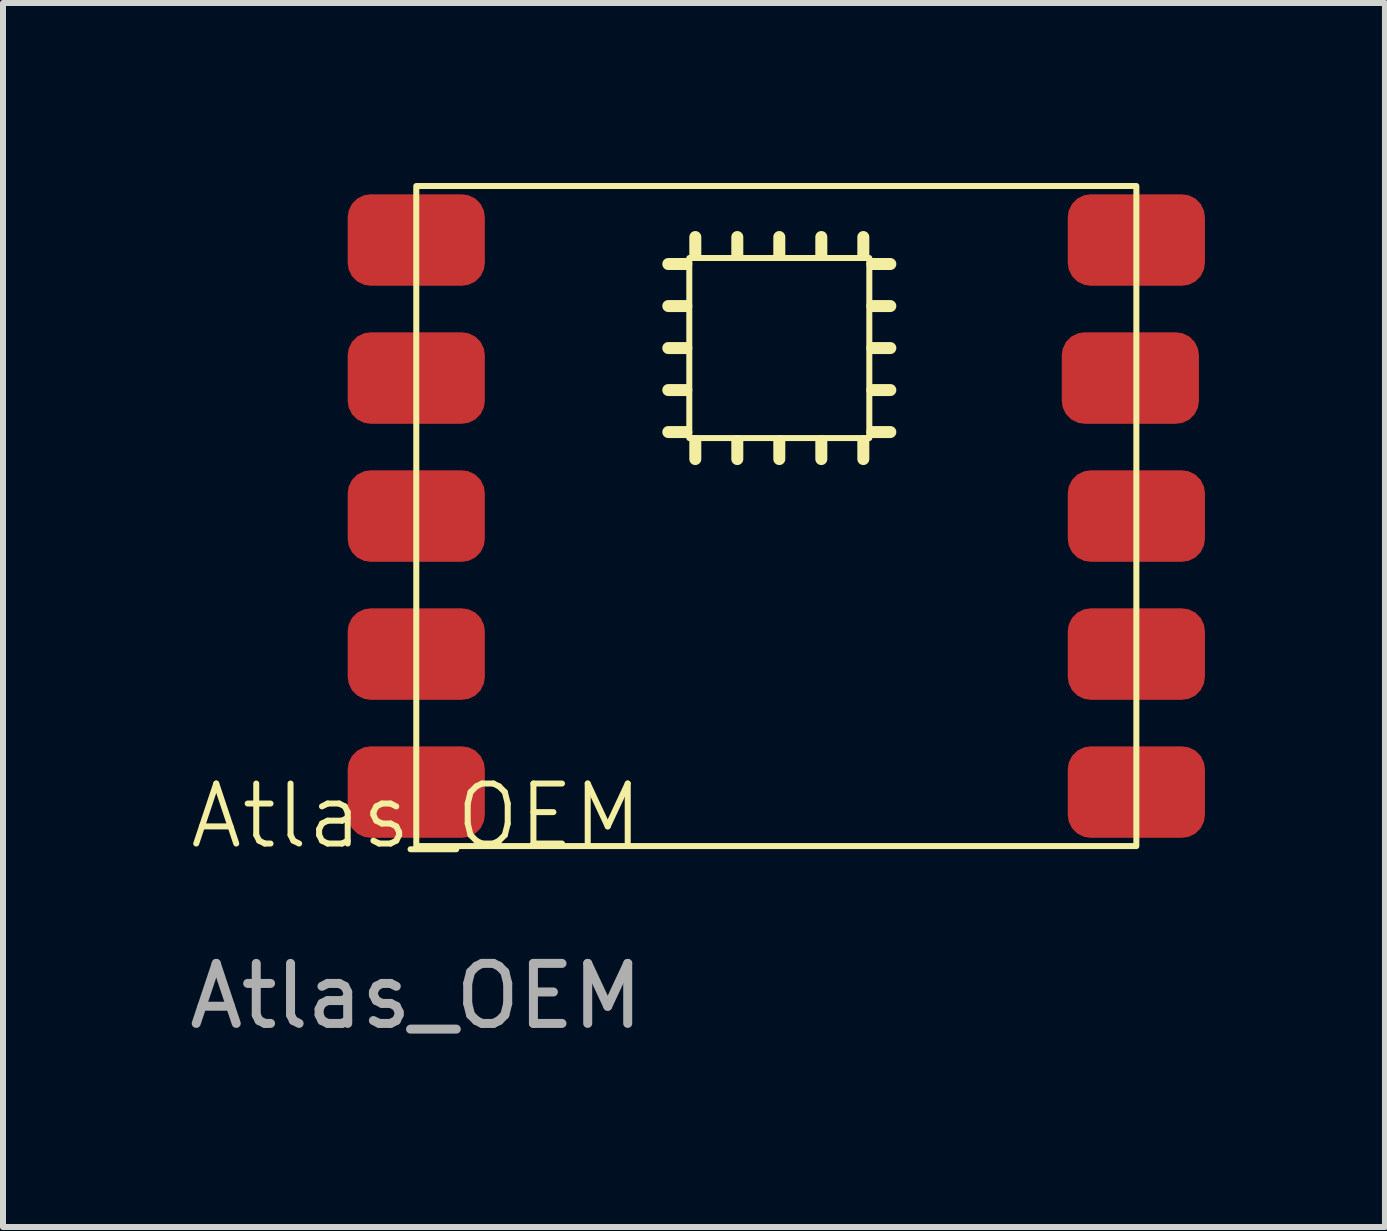
<source format=kicad_pcb>
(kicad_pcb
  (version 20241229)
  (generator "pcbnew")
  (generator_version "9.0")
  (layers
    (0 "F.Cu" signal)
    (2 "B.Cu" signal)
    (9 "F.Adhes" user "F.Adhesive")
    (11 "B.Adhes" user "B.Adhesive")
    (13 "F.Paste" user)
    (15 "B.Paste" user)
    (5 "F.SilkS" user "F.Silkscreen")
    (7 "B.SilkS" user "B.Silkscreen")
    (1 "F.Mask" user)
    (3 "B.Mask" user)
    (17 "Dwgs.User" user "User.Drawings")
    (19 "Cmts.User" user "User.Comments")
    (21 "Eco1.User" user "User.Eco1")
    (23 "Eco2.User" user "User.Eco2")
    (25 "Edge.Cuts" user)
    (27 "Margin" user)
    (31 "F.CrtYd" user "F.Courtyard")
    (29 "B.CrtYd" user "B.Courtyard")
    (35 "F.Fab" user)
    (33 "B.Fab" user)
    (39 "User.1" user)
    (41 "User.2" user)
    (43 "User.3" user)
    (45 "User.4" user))
  (footprint "Atlas_OEM"
    (layer "F.Cu")
    (at 3.887 11.05)
    (property "Reference" "Atlas_OEM" (at 0 -0.5 0) (unlocked yes) (layer "F.SilkS") (effects (font (size 1 1) (thickness 0.1))))
    (attr smd)
    (fp_line (start 4.5 -9.7) (end 4.2 -9.7) (stroke (width 0.2) (type default)) (layer "F.SilkS"))
    (fp_line (start 4.5 -9) (end 4.2 -9) (stroke (width 0.2) (type default)) (layer "F.SilkS"))
    (fp_line (start 4.5 -8.3) (end 4.2 -8.3) (stroke (width 0.2) (type default)) (layer "F.SilkS"))
    (fp_line (start 4.5 -7.6) (end 4.2 -7.6) (stroke (width 0.2) (type default)) (layer "F.SilkS"))
    (fp_line (start 4.5 -6.9) (end 4.2 -6.9) (stroke (width 0.2) (type default)) (layer "F.SilkS"))
    (fp_line (start 4.65 -9.85) (end 4.65 -10.15) (stroke (width 0.2) (type default)) (layer "F.SilkS"))
    (fp_line (start 4.65 -6.75) (end 4.65 -6.45) (stroke (width 0.2) (type default)) (layer "F.SilkS"))
    (fp_line (start 5.35 -9.85) (end 5.35 -10.15) (stroke (width 0.2) (type default)) (layer "F.SilkS"))
    (fp_line (start 5.35 -6.75) (end 5.35 -6.45) (stroke (width 0.2) (type default)) (layer "F.SilkS"))
    (fp_line (start 6.05 -9.85) (end 6.05 -10.15) (stroke (width 0.2) (type default)) (layer "F.SilkS"))
    (fp_line (start 6.05 -6.75) (end 6.05 -6.45) (stroke (width 0.2) (type default)) (layer "F.SilkS"))
    (fp_line (start 6.75 -9.85) (end 6.75 -10.15) (stroke (width 0.2) (type default)) (layer "F.SilkS"))
    (fp_line (start 6.75 -6.75) (end 6.75 -6.45) (stroke (width 0.2) (type default)) (layer "F.SilkS"))
    (fp_line (start 7.45 -9.85) (end 7.45 -10.15) (stroke (width 0.2) (type default)) (layer "F.SilkS"))
    (fp_line (start 7.45 -6.75) (end 7.45 -6.45) (stroke (width 0.2) (type default)) (layer "F.SilkS"))
    (fp_line (start 7.6 -9.7) (end 7.9 -9.7) (stroke (width 0.2) (type default)) (layer "F.SilkS"))
    (fp_line (start 7.6 -9) (end 7.9 -9) (stroke (width 0.2) (type default)) (layer "F.SilkS"))
    (fp_line (start 7.6 -8.3) (end 7.9 -8.3) (stroke (width 0.2) (type default)) (layer "F.SilkS"))
    (fp_line (start 7.6 -7.6) (end 7.9 -7.6) (stroke (width 0.2) (type default)) (layer "F.SilkS"))
    (fp_line (start 7.6 -6.9) (end 7.9 -6.9) (stroke (width 0.2) (type default)) (layer "F.SilkS"))
    (fp_rect (start 0 -11) (end 12 0) (stroke (width 0.1) (type default)) (fill no) (layer "F.SilkS"))
    (fp_rect (start 4.55 -9.8) (end 7.55 -6.8) (stroke (width 0.1) (type default)) (fill no) (layer "F.SilkS"))
    (fp_text user "${REFERENCE}" (at 0 2.5 0) (unlocked yes) (layer "F.Fab") (effects (font (size 1 1) (thickness 0.15))))
    (pad "P1" smd roundrect (at 0 -0.9) (size 2.286 1.524) (layers "F.Cu" "F.Mask" "F.Paste") (roundrect_rratio 0.25))
    (pad "P2" smd roundrect (at 0 -3.2) (size 2.286 1.524) (layers "F.Cu" "F.Mask" "F.Paste") (roundrect_rratio 0.25))
    (pad "P3" smd roundrect (at 0 -5.5) (size 2.286 1.524) (layers "F.Cu" "F.Mask" "F.Paste") (roundrect_rratio 0.25))
    (pad "P4" smd roundrect (at 0 -7.8) (size 2.286 1.524) (layers "F.Cu" "F.Mask" "F.Paste") (roundrect_rratio 0.25))
    (pad "P5" smd roundrect (at 0 -10.1) (size 2.286 1.524) (layers "F.Cu" "F.Mask" "F.Paste") (roundrect_rratio 0.25))
    (pad "P6" smd roundrect (at 12 -0.9) (size 2.286 1.524) (layers "F.Cu" "F.Mask" "F.Paste") (roundrect_rratio 0.25))
    (pad "P7" smd roundrect (at 12 -3.2) (size 2.286 1.524) (layers "F.Cu" "F.Mask" "F.Paste") (roundrect_rratio 0.25))
    (pad "P8" smd roundrect (at 12 -5.5) (size 2.286 1.524) (layers "F.Cu" "F.Mask" "F.Paste") (roundrect_rratio 0.25))
    (pad "P9" smd roundrect (at 11.9 -7.8) (size 2.286 1.524) (layers "F.Cu" "F.Mask" "F.Paste") (roundrect_rratio 0.25))
    (pad "P10" smd roundrect (at 12 -10.1) (size 2.286 1.524) (layers "F.Cu" "F.Mask" "F.Paste") (roundrect_rratio 0.25)))
  (gr_rect
    (start -3 -3)
    (end 20.03 17.398)
    (stroke (width 0.1) (type default))
    (fill no)
    (layer "Edge.Cuts")))
</source>
